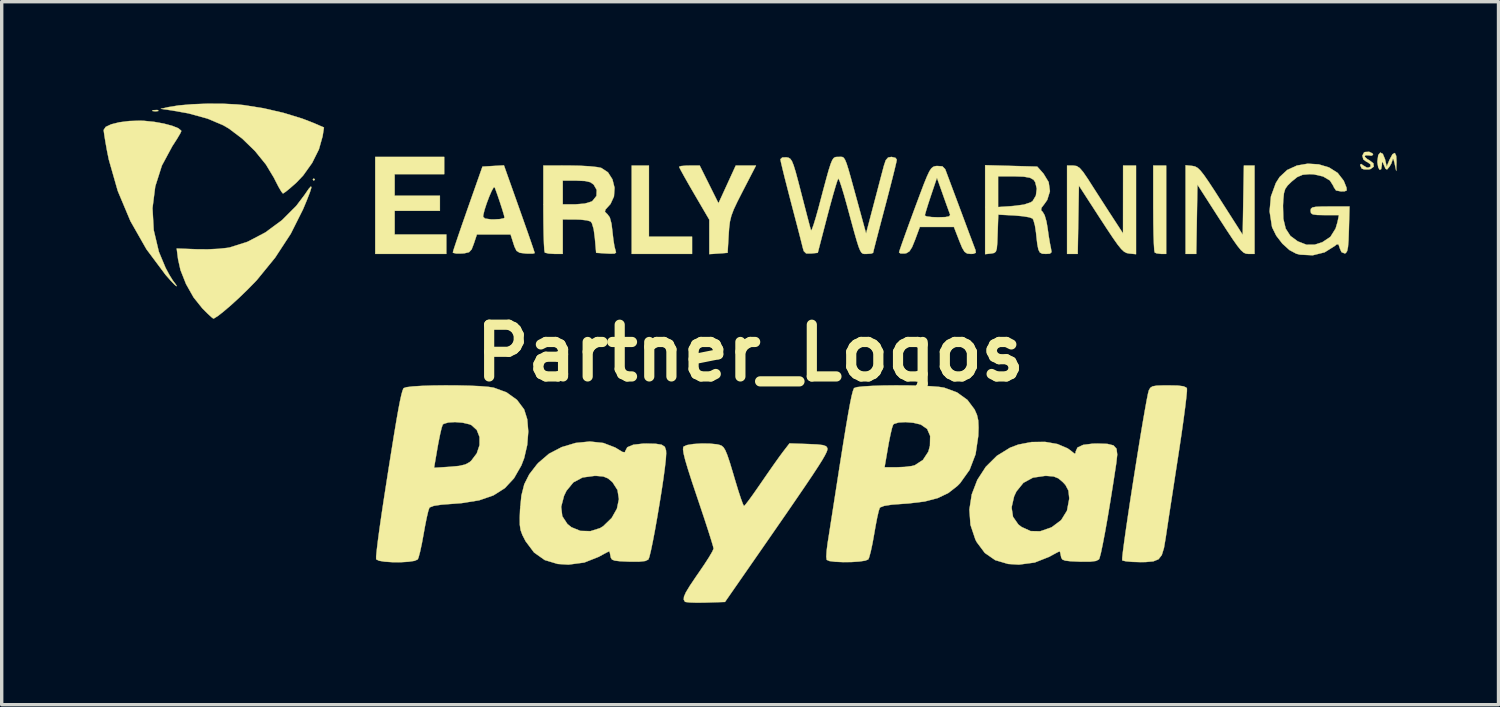
<source format=kicad_pcb>
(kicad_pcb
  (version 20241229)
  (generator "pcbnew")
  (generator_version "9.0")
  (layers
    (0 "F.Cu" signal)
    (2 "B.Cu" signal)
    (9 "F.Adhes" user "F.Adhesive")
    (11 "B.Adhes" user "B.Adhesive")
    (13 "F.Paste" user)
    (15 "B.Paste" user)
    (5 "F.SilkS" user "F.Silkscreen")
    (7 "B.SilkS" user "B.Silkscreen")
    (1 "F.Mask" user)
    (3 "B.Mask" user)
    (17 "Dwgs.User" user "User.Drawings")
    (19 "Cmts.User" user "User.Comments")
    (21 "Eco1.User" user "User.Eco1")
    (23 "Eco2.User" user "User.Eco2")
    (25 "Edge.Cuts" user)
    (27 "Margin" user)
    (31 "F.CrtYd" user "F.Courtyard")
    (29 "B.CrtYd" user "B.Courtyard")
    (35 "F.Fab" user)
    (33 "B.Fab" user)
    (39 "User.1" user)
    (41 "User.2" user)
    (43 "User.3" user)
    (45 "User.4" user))
  (footprint "Partner_Logos"
    (layer "F.Cu")
    (at 19.055 7.352)
    (property "Reference" "Partner_Logos" (at 0 0 0) (layer "F.SilkS") (effects (font (size 1.524 1.524) (thickness 0.3))))
    (attr through_hole)
    (fp_poly (pts (xy -12.827 -5.112) (xy -12.859 -5.08) (xy -12.89 -5.112) (xy -12.859 -5.144) (xy -12.827 -5.112)) (stroke (width 0.01) (type solid)) (fill yes) (layer "F.SilkS"))
    (fp_poly (pts (xy -17.447 -7.154) (xy -17.439 -7.131) (xy -17.526 -7.122) (xy -17.616 -7.132) (xy -17.605 -7.154) (xy -17.475 -7.162) (xy -17.447 -7.154)) (stroke (width 0.01) (type solid)) (fill yes) (layer "F.SilkS"))
    (fp_poly (pts (xy -2.985 -3.429) (xy -1.714 -3.429) (xy -1.714 -2.921) (xy -3.493 -2.921) (xy -3.493 -5.524) (xy -2.985 -5.524) (xy -2.985 -3.429)) (stroke (width 0.01) (type solid)) (fill yes) (layer "F.SilkS"))
    (fp_poly (pts (xy -9.017 -5.271) (xy -10.477 -5.271) (xy -10.477 -4.636) (xy -9.144 -4.636) (xy -9.144 -4.191) (xy -10.477 -4.191) (xy -10.477 -3.493) (xy -8.954 -3.493) (xy -8.954 -2.921) (xy -11.049 -2.921) (xy -11.049 -5.779) (xy -9.017 -5.779) (xy -9.017 -5.271)) (stroke (width 0.01) (type solid)) (fill yes) (layer "F.SilkS"))
    (fp_poly (pts (xy 12.255 -2.921) (xy 12.107 -2.921) (xy 11.974 -2.937) (xy 11.917 -2.963) (xy 11.904 -3.037) (xy 11.893 -3.218) (xy 11.883 -3.486) (xy 11.877 -3.821) (xy 11.875 -4.203) (xy 11.874 -4.265) (xy 11.874 -5.524) (xy 12.255 -5.524) (xy 12.255 -2.921)) (stroke (width 0.01) (type solid)) (fill yes) (layer "F.SilkS"))
    (fp_poly (pts (xy -0.936 -4.413) (xy -0.681 -4.969) (xy -0.427 -5.524) (xy 0.169 -5.524) (xy -0.217 -4.778) (xy -0.376 -4.466) (xy -0.486 -4.233) (xy -0.556 -4.047) (xy -0.598 -3.875) (xy -0.622 -3.684) (xy -0.635 -3.493) (xy -0.667 -2.953) (xy -1.206 -2.914) (xy -1.206 -3.929) (xy -1.651 -4.69) (xy -1.812 -4.968) (xy -1.947 -5.206) (xy -2.044 -5.383) (xy -2.092 -5.478) (xy -2.095 -5.488) (xy -2.039 -5.509) (xy -1.893 -5.522) (xy -1.792 -5.524) (xy -1.489 -5.524) (xy -0.936 -4.413)) (stroke (width 0.01) (type solid)) (fill yes) (layer "F.SilkS"))
    (fp_poly (pts (xy 13.027 -5.513) (xy 13.103 -5.498) (xy 13.176 -5.459) (xy 13.259 -5.382) (xy 13.363 -5.252) (xy 13.5 -5.055) (xy 13.684 -4.776) (xy 13.868 -4.488) (xy 14.51 -3.483) (xy 14.527 -4.504) (xy 14.545 -5.524) (xy 14.859 -5.524) (xy 14.859 -2.921) (xy 14.674 -2.921) (xy 14.604 -2.929) (xy 14.535 -2.961) (xy 14.456 -3.033) (xy 14.355 -3.158) (xy 14.219 -3.35) (xy 14.038 -3.623) (xy 13.832 -3.941) (xy 13.176 -4.962) (xy 13.159 -3.941) (xy 13.141 -2.921) (xy 12.827 -2.921) (xy 12.827 -5.533) (xy 13.027 -5.513)) (stroke (width 0.01) (type solid)) (fill yes) (layer "F.SilkS"))
    (fp_poly (pts (xy 9.615 -5.51) (xy 9.706 -5.453) (xy 9.81 -5.333) (xy 9.95 -5.127) (xy 9.99 -5.064) (xy 10.163 -4.793) (xy 10.37 -4.471) (xy 10.572 -4.157) (xy 10.633 -4.064) (xy 10.984 -3.524) (xy 10.985 -4.524) (xy 10.986 -5.524) (xy 11.367 -5.524) (xy 11.367 -2.913) (xy 11.166 -2.933) (xy 11.089 -2.948) (xy 11.015 -2.987) (xy 10.931 -3.065) (xy 10.826 -3.195) (xy 10.686 -3.394) (xy 10.499 -3.674) (xy 10.324 -3.943) (xy 9.684 -4.934) (xy 9.649 -2.921) (xy 9.335 -2.921) (xy 9.335 -5.524) (xy 9.516 -5.524) (xy 9.615 -5.51)) (stroke (width 0.01) (type solid)) (fill yes) (layer "F.SilkS"))
    (fp_poly (pts (xy 18.332 -5.883) (xy 18.352 -5.841) (xy 18.301 -5.814) (xy 18.224 -5.824) (xy 18.119 -5.828) (xy 18.107 -5.78) (xy 18.187 -5.709) (xy 18.24 -5.682) (xy 18.36 -5.591) (xy 18.371 -5.492) (xy 18.277 -5.422) (xy 18.222 -5.41) (xy 18.083 -5.412) (xy 18.016 -5.437) (xy 17.971 -5.538) (xy 17.971 -5.548) (xy 18.003 -5.571) (xy 18.047 -5.537) (xy 18.159 -5.469) (xy 18.205 -5.461) (xy 18.282 -5.494) (xy 18.271 -5.563) (xy 18.184 -5.626) (xy 18.161 -5.633) (xy 18.065 -5.704) (xy 18.036 -5.815) (xy 18.083 -5.907) (xy 18.113 -5.923) (xy 18.236 -5.929) (xy 18.332 -5.883)) (stroke (width 0.01) (type solid)) (fill yes) (layer "F.SilkS"))
    (fp_poly (pts (xy 18.638 -5.868) (xy 18.703 -5.711) (xy 18.706 -5.699) (xy 18.752 -5.493) (xy 18.838 -5.699) (xy 18.924 -5.859) (xy 18.992 -5.894) (xy 19.033 -5.808) (xy 19.042 -5.636) (xy 19.033 -5.366) (xy 18.986 -5.588) (xy 18.955 -5.706) (xy 18.934 -5.727) (xy 18.931 -5.711) (xy 18.888 -5.583) (xy 18.832 -5.489) (xy 18.763 -5.408) (xy 18.719 -5.43) (xy 18.677 -5.524) (xy 18.631 -5.632) (xy 18.614 -5.624) (xy 18.61 -5.54) (xy 18.588 -5.417) (xy 18.547 -5.398) (xy 18.504 -5.468) (xy 18.48 -5.61) (xy 18.479 -5.652) (xy 18.504 -5.833) (xy 18.564 -5.907) (xy 18.638 -5.868)) (stroke (width 0.01) (type solid)) (fill yes) (layer "F.SilkS"))
    (fp_poly (pts (xy -15.549 -7.346) (xy -15.125 -7.325) (xy -14.929 -7.306) (xy -14.348 -7.214) (xy -13.754 -7.077) (xy -13.199 -6.907) (xy -12.873 -6.781) (xy -12.56 -6.646) (xy -12.6 -6.387) (xy -12.709 -6.001) (xy -12.908 -5.602) (xy -13.173 -5.231) (xy -13.373 -5.021) (xy -13.548 -4.867) (xy -13.687 -4.753) (xy -13.764 -4.702) (xy -13.769 -4.701) (xy -13.814 -4.755) (xy -13.897 -4.896) (xy -14.001 -5.098) (xy -14.032 -5.161) (xy -14.27 -5.556) (xy -14.593 -5.954) (xy -14.968 -6.318) (xy -15.359 -6.613) (xy -15.526 -6.711) (xy -15.992 -6.908) (xy -16.557 -7.063) (xy -17.05 -7.15) (xy -17.367 -7.195) (xy -17.145 -7.246) (xy -16.838 -7.296) (xy -16.444 -7.33) (xy -16.001 -7.347) (xy -15.549 -7.346)) (stroke (width 0.01) (type solid)) (fill yes) (layer "F.SilkS"))
    (fp_poly (pts (xy -12.931 -4.876) (xy -12.974 -4.736) (xy -13.072 -4.485) (xy -13.176 -4.236) (xy -13.538 -3.515) (xy -13.999 -2.81) (xy -14.532 -2.157) (xy -14.584 -2.101) (xy -14.808 -1.872) (xy -15.049 -1.639) (xy -15.288 -1.42) (xy -15.506 -1.233) (xy -15.682 -1.094) (xy -15.797 -1.022) (xy -15.82 -1.016) (xy -15.875 -1.058) (xy -15.993 -1.167) (xy -16.144 -1.318) (xy -16.402 -1.641) (xy -16.624 -2.034) (xy -16.787 -2.445) (xy -16.858 -2.762) (xy -16.899 -3.08) (xy -16.298 -3.058) (xy -15.983 -3.056) (xy -15.668 -3.071) (xy -15.407 -3.099) (xy -15.341 -3.11) (xy -14.812 -3.278) (xy -14.289 -3.552) (xy -13.8 -3.912) (xy -13.374 -4.338) (xy -13.126 -4.667) (xy -13.008 -4.839) (xy -12.942 -4.91) (xy -12.931 -4.876)) (stroke (width 0.01) (type solid)) (fill yes) (layer "F.SilkS"))
    (fp_poly (pts (xy -17.852 -6.841) (xy -17.558 -6.811) (xy -17.276 -6.76) (xy -17.032 -6.695) (xy -16.853 -6.624) (xy -16.768 -6.554) (xy -16.764 -6.538) (xy -16.797 -6.466) (xy -16.884 -6.319) (xy -17.007 -6.127) (xy -17.026 -6.099) (xy -17.335 -5.525) (xy -17.531 -4.909) (xy -17.612 -4.27) (xy -17.576 -3.622) (xy -17.425 -2.985) (xy -17.227 -2.511) (xy -17.12 -2.311) (xy -17.018 -2.145) (xy -16.969 -2.08) (xy -16.907 -1.995) (xy -16.905 -1.968) (xy -16.96 -2.013) (xy -17.073 -2.131) (xy -17.219 -2.296) (xy -17.229 -2.308) (xy -17.79 -3.059) (xy -18.262 -3.888) (xy -18.635 -4.776) (xy -18.899 -5.7) (xy -18.952 -5.96) (xy -18.997 -6.213) (xy -19.031 -6.423) (xy -19.049 -6.554) (xy -19.05 -6.574) (xy -18.991 -6.663) (xy -18.829 -6.739) (xy -18.589 -6.799) (xy -18.296 -6.836) (xy -17.973 -6.846) (xy -17.852 -6.841)) (stroke (width 0.01) (type solid)) (fill yes) (layer "F.SilkS"))
    (fp_poly (pts (xy 12.593 0.958) (xy 12.762 0.979) (xy 12.848 1.017) (xy 12.867 1.045) (xy 12.866 1.129) (xy 12.847 1.322) (xy 12.813 1.609) (xy 12.765 1.972) (xy 12.705 2.396) (xy 12.635 2.865) (xy 12.605 3.061) (xy 12.527 3.565) (xy 12.453 4.05) (xy 12.384 4.495) (xy 12.325 4.881) (xy 12.279 5.187) (xy 12.248 5.394) (xy 12.243 5.429) (xy 12.19 5.743) (xy 12.126 5.951) (xy 12.03 6.075) (xy 11.879 6.137) (xy 11.651 6.158) (xy 11.496 6.16) (xy 11.256 6.153) (xy 11.069 6.136) (xy 10.968 6.112) (xy 10.96 6.105) (xy 10.961 6.032) (xy 10.981 5.849) (xy 11.017 5.575) (xy 11.066 5.224) (xy 11.126 4.815) (xy 11.194 4.362) (xy 11.268 3.884) (xy 11.345 3.396) (xy 11.422 2.914) (xy 11.496 2.456) (xy 11.566 2.038) (xy 11.629 1.676) (xy 11.681 1.388) (xy 11.721 1.188) (xy 11.746 1.095) (xy 11.788 1.024) (xy 11.855 0.981) (xy 11.978 0.96) (xy 12.186 0.953) (xy 12.32 0.953) (xy 12.593 0.958)) (stroke (width 0.01) (type solid)) (fill yes) (layer "F.SilkS"))
    (fp_poly (pts (xy -6.804 -4.254) (xy -6.67 -3.875) (xy -6.551 -3.538) (xy -6.455 -3.261) (xy -6.387 -3.061) (xy -6.353 -2.956) (xy -6.35 -2.946) (xy -6.406 -2.93) (xy -6.548 -2.929) (xy -6.62 -2.933) (xy -6.79 -2.954) (xy -6.885 -3.01) (xy -6.947 -3.136) (xy -6.975 -3.223) (xy -7.061 -3.493) (xy -8.054 -3.493) (xy -8.144 -3.223) (xy -8.209 -3.054) (xy -8.285 -2.972) (xy -8.417 -2.94) (xy -8.498 -2.933) (xy -8.661 -2.932) (xy -8.754 -2.953) (xy -8.762 -2.965) (xy -8.742 -3.038) (xy -8.685 -3.212) (xy -8.599 -3.468) (xy -8.489 -3.788) (xy -8.409 -4.016) (xy -7.871 -4.016) (xy -7.814 -3.962) (xy -7.637 -3.938) (xy -7.556 -3.937) (xy -7.375 -3.947) (xy -7.26 -3.971) (xy -7.239 -3.991) (xy -7.258 -4.071) (xy -7.307 -4.235) (xy -7.374 -4.442) (xy -7.447 -4.657) (xy -7.514 -4.842) (xy -7.532 -4.889) (xy -7.564 -4.874) (xy -7.622 -4.769) (xy -7.693 -4.605) (xy -7.765 -4.413) (xy -7.827 -4.224) (xy -7.865 -4.07) (xy -7.871 -4.016) (xy -8.409 -4.016) (xy -8.361 -4.154) (xy -8.326 -4.255) (xy -7.89 -5.493) (xy -7.574 -5.512) (xy -7.257 -5.53) (xy -6.804 -4.254)) (stroke (width 0.01) (type solid)) (fill yes) (layer "F.SilkS"))
    (fp_poly (pts (xy 7.689 -5.514) (xy 8.456 -5.493) (xy 8.641 -5.285) (xy 8.793 -5.035) (xy 8.83 -4.768) (xy 8.751 -4.512) (xy 8.675 -4.403) (xy 8.581 -4.279) (xy 8.57 -4.206) (xy 8.616 -4.159) (xy 8.674 -4.061) (xy 8.728 -3.874) (xy 8.761 -3.681) (xy 8.796 -3.435) (xy 8.833 -3.217) (xy 8.858 -3.096) (xy 8.878 -2.974) (xy 8.829 -2.928) (xy 8.708 -2.921) (xy 8.604 -2.927) (xy 8.535 -2.962) (xy 8.49 -3.049) (xy 8.458 -3.209) (xy 8.428 -3.468) (xy 8.42 -3.551) (xy 8.389 -3.756) (xy 8.346 -3.911) (xy 8.318 -3.963) (xy 8.225 -3.999) (xy 8.043 -4.03) (xy 7.808 -4.052) (xy 7.779 -4.054) (xy 7.308 -4.078) (xy 7.289 -3.515) (xy 7.279 -3.247) (xy 7.265 -3.081) (xy 7.237 -2.99) (xy 7.189 -2.95) (xy 7.11 -2.934) (xy 7.096 -2.933) (xy 6.921 -2.913) (xy 6.921 -5.207) (xy 7.303 -5.207) (xy 7.303 -4.301) (xy 7.749 -4.333) (xy 8.064 -4.373) (xy 8.265 -4.44) (xy 8.32 -4.478) (xy 8.416 -4.638) (xy 8.443 -4.843) (xy 8.397 -5.034) (xy 8.346 -5.107) (xy 8.242 -5.165) (xy 8.06 -5.197) (xy 7.777 -5.207) (xy 7.303 -5.207) (xy 6.921 -5.207) (xy 6.921 -5.535) (xy 7.689 -5.514)) (stroke (width 0.01) (type solid)) (fill yes) (layer "F.SilkS"))
    (fp_poly (pts (xy -5.026 -5.519) (xy -4.737 -5.503) (xy -4.51 -5.479) (xy -4.389 -5.454) (xy -4.192 -5.324) (xy -4.06 -5.117) (xy -3.998 -4.869) (xy -4.015 -4.615) (xy -4.117 -4.392) (xy -4.163 -4.341) (xy -4.265 -4.229) (xy -4.282 -4.164) (xy -4.222 -4.103) (xy -4.211 -4.095) (xy -4.138 -3.996) (xy -4.088 -3.81) (xy -4.06 -3.578) (xy -4.033 -3.34) (xy -4.001 -3.14) (xy -3.971 -3.028) (xy -3.954 -2.961) (xy -3.998 -2.93) (xy -4.131 -2.928) (xy -4.23 -2.933) (xy -4.54 -2.953) (xy -4.578 -3.387) (xy -4.613 -3.653) (xy -4.665 -3.825) (xy -4.705 -3.878) (xy -4.815 -3.91) (xy -5.004 -3.931) (xy -5.159 -3.936) (xy -5.524 -3.937) (xy -5.524 -2.921) (xy -5.768 -2.921) (xy -5.936 -2.931) (xy -6.043 -2.956) (xy -6.054 -2.963) (xy -6.067 -3.037) (xy -6.078 -3.218) (xy -6.087 -3.486) (xy -6.093 -3.821) (xy -6.096 -4.203) (xy -6.096 -4.265) (xy -6.096 -5.08) (xy -5.524 -5.08) (xy -5.524 -4.381) (xy -5.158 -4.381) (xy -4.878 -4.403) (xy -4.68 -4.462) (xy -4.65 -4.48) (xy -4.531 -4.629) (xy -4.524 -4.808) (xy -4.614 -4.964) (xy -4.711 -5.033) (xy -4.867 -5.069) (xy -5.113 -5.08) (xy -5.122 -5.08) (xy -5.524 -5.08) (xy -6.096 -5.08) (xy -6.096 -5.524) (xy -5.343 -5.525) (xy -5.026 -5.519)) (stroke (width 0.01) (type solid)) (fill yes) (layer "F.SilkS"))
    (fp_poly (pts (xy 5.662 -5.501) (xy 5.742 -5.42) (xy 5.744 -5.417) (xy 5.78 -5.322) (xy 5.852 -5.13) (xy 5.952 -4.862) (xy 6.073 -4.539) (xy 6.191 -4.223) (xy 6.323 -3.869) (xy 6.441 -3.552) (xy 6.539 -3.292) (xy 6.607 -3.11) (xy 6.637 -3.032) (xy 6.646 -2.953) (xy 6.566 -2.923) (xy 6.495 -2.921) (xy 6.391 -2.932) (xy 6.315 -2.983) (xy 6.245 -3.099) (xy 6.158 -3.309) (xy 6.155 -3.318) (xy 6.001 -3.715) (xy 4.997 -3.715) (xy 4.856 -3.334) (xy 4.768 -3.119) (xy 4.691 -2.998) (xy 4.604 -2.944) (xy 4.548 -2.933) (xy 4.426 -2.935) (xy 4.384 -2.964) (xy 4.406 -3.037) (xy 4.465 -3.21) (xy 4.556 -3.465) (xy 4.671 -3.784) (xy 4.769 -4.051) (xy 5.144 -4.051) (xy 5.201 -4.025) (xy 5.352 -4.006) (xy 5.531 -4) (xy 5.747 -4.006) (xy 5.859 -4.027) (xy 5.89 -4.069) (xy 5.884 -4.092) (xy 5.847 -4.193) (xy 5.78 -4.378) (xy 5.697 -4.611) (xy 5.675 -4.674) (xy 5.501 -5.164) (xy 5.322 -4.633) (xy 5.242 -4.389) (xy 5.181 -4.192) (xy 5.147 -4.071) (xy 5.144 -4.051) (xy 4.769 -4.051) (xy 4.805 -4.149) (xy 4.844 -4.255) (xy 4.998 -4.668) (xy 5.115 -4.978) (xy 5.205 -5.199) (xy 5.274 -5.347) (xy 5.332 -5.437) (xy 5.386 -5.484) (xy 5.444 -5.505) (xy 5.501 -5.512) (xy 5.662 -5.501)) (stroke (width 0.01) (type solid)) (fill yes) (layer "F.SilkS"))
    (fp_poly (pts (xy 16.751 -5.559) (xy 17.054 -5.468) (xy 17.308 -5.307) (xy 17.484 -5.079) (xy 17.501 -5.041) (xy 17.568 -4.873) (xy 17.574 -4.791) (xy 17.511 -4.765) (xy 17.406 -4.763) (xy 17.26 -4.79) (xy 17.19 -4.894) (xy 17.183 -4.92) (xy 17.08 -5.084) (xy 16.879 -5.203) (xy 16.606 -5.265) (xy 16.48 -5.271) (xy 16.276 -5.253) (xy 16.116 -5.185) (xy 15.954 -5.054) (xy 15.835 -4.938) (xy 15.763 -4.837) (xy 15.725 -4.71) (xy 15.706 -4.521) (xy 15.697 -4.339) (xy 15.707 -3.955) (xy 15.777 -3.665) (xy 15.915 -3.451) (xy 16.131 -3.292) (xy 16.133 -3.291) (xy 16.388 -3.192) (xy 16.631 -3.193) (xy 16.856 -3.265) (xy 17.094 -3.423) (xy 17.248 -3.67) (xy 17.303 -3.858) (xy 17.346 -4.064) (xy 16.928 -4.064) (xy 16.703 -4.068) (xy 16.577 -4.085) (xy 16.522 -4.124) (xy 16.51 -4.191) (xy 16.52 -4.251) (xy 16.564 -4.289) (xy 16.668 -4.309) (xy 16.855 -4.317) (xy 17.084 -4.318) (xy 17.657 -4.318) (xy 17.639 -3.636) (xy 17.628 -3.327) (xy 17.612 -3.124) (xy 17.587 -3.005) (xy 17.55 -2.948) (xy 17.518 -2.934) (xy 17.421 -2.973) (xy 17.372 -3.084) (xy 17.334 -3.198) (xy 17.282 -3.204) (xy 17.219 -3.153) (xy 16.924 -2.968) (xy 16.574 -2.881) (xy 16.201 -2.899) (xy 16.089 -2.927) (xy 15.887 -3.035) (xy 15.678 -3.225) (xy 15.498 -3.459) (xy 15.38 -3.698) (xy 15.372 -3.726) (xy 15.302 -4.177) (xy 15.342 -4.614) (xy 15.487 -5.011) (xy 15.597 -5.185) (xy 15.821 -5.394) (xy 16.107 -5.524) (xy 16.426 -5.579) (xy 16.751 -5.559)) (stroke (width 0.01) (type solid)) (fill yes) (layer "F.SilkS"))
    (fp_poly (pts (xy 1.705 2.681) (xy 1.976 2.693) (xy 2.144 2.713) (xy 2.235 2.746) (xy 2.271 2.797) (xy 2.274 2.809) (xy 2.272 2.852) (xy 2.249 2.918) (xy 2.2 3.016) (xy 2.12 3.155) (xy 2.002 3.342) (xy 1.843 3.585) (xy 1.635 3.894) (xy 1.375 4.275) (xy 1.057 4.738) (xy 0.674 5.291) (xy 0.358 5.747) (xy -0.744 7.334) (xy -1.312 7.352) (xy -1.569 7.356) (xy -1.776 7.349) (xy -1.902 7.335) (xy -1.924 7.326) (xy -1.959 7.266) (xy -1.952 7.179) (xy -1.896 7.05) (xy -1.781 6.86) (xy -1.601 6.592) (xy -1.524 6.481) (xy -1.352 6.229) (xy -1.211 6.01) (xy -1.116 5.847) (xy -1.08 5.763) (xy -1.079 5.762) (xy -1.099 5.68) (xy -1.154 5.496) (xy -1.239 5.228) (xy -1.348 4.893) (xy -1.476 4.509) (xy -1.559 4.262) (xy -1.717 3.791) (xy -1.834 3.426) (xy -1.915 3.154) (xy -1.962 2.963) (xy -1.98 2.839) (xy -1.972 2.77) (xy -1.964 2.757) (xy -1.865 2.712) (xy -1.679 2.681) (xy -1.444 2.666) (xy -1.2 2.668) (xy -0.985 2.689) (xy -0.913 2.705) (xy -0.845 2.73) (xy -0.789 2.777) (xy -0.735 2.863) (xy -0.675 3.007) (xy -0.601 3.227) (xy -0.506 3.541) (xy -0.441 3.762) (xy -0.354 4.048) (xy -0.277 4.283) (xy -0.218 4.444) (xy -0.185 4.508) (xy -0.184 4.508) (xy -0.136 4.459) (xy -0.032 4.324) (xy 0.113 4.122) (xy 0.286 3.874) (xy 0.319 3.826) (xy 0.514 3.543) (xy 0.701 3.275) (xy 0.86 3.052) (xy 0.97 2.904) (xy 0.971 2.903) (xy 1.157 2.662) (xy 1.705 2.681)) (stroke (width 0.01) (type solid)) (fill yes) (layer "F.SilkS"))
    (fp_poly (pts (xy 9.051 2.681) (xy 9.352 2.809) (xy 9.466 2.893) (xy 9.555 2.965) (xy 9.586 2.948) (xy 9.588 2.901) (xy 9.643 2.783) (xy 9.809 2.706) (xy 10.09 2.67) (xy 10.239 2.667) (xy 10.524 2.677) (xy 10.702 2.721) (xy 10.792 2.819) (xy 10.813 2.99) (xy 10.786 3.239) (xy 10.697 3.822) (xy 10.61 4.368) (xy 10.528 4.861) (xy 10.452 5.288) (xy 10.385 5.637) (xy 10.331 5.894) (xy 10.29 6.046) (xy 10.274 6.08) (xy 10.188 6.125) (xy 10.014 6.147) (xy 9.735 6.148) (xy 9.69 6.146) (xy 9.435 6.134) (xy 9.28 6.116) (xy 9.198 6.084) (xy 9.164 6.029) (xy 9.155 5.985) (xy 9.132 5.873) (xy 9.116 5.842) (xy 9.054 5.87) (xy 8.918 5.943) (xy 8.807 6.004) (xy 8.382 6.172) (xy 7.916 6.234) (xy 7.598 6.214) (xy 7.218 6.102) (xy 6.911 5.889) (xy 6.673 5.57) (xy 6.633 5.493) (xy 6.489 5.062) (xy 6.457 4.612) (xy 6.467 4.549) (xy 7.7 4.549) (xy 7.742 4.825) (xy 7.898 5.05) (xy 7.995 5.125) (xy 8.26 5.246) (xy 8.541 5.252) (xy 8.856 5.143) (xy 8.888 5.128) (xy 9.161 4.923) (xy 9.333 4.644) (xy 9.398 4.3) (xy 9.398 4.266) (xy 9.375 4.052) (xy 9.289 3.889) (xy 9.212 3.805) (xy 9.079 3.692) (xy 8.939 3.636) (xy 8.739 3.62) (xy 8.687 3.619) (xy 8.33 3.671) (xy 8.048 3.824) (xy 7.841 4.08) (xy 7.774 4.225) (xy 7.7 4.549) (xy 6.467 4.549) (xy 6.527 4.164) (xy 6.691 3.737) (xy 6.94 3.353) (xy 7.265 3.03) (xy 7.655 2.789) (xy 7.896 2.698) (xy 8.29 2.622) (xy 8.687 2.618) (xy 9.051 2.681)) (stroke (width 0.01) (type solid)) (fill yes) (layer "F.SilkS"))
    (fp_poly (pts (xy -8.622 0.954) (xy -8.271 0.962) (xy -7.957 0.976) (xy -7.705 0.997) (xy -7.556 1.021) (xy -7.18 1.159) (xy -6.873 1.38) (xy -6.661 1.663) (xy -6.57 1.953) (xy -6.54 2.314) (xy -6.571 2.707) (xy -6.66 3.093) (xy -6.744 3.312) (xy -6.96 3.689) (xy -7.23 3.98) (xy -7.567 4.194) (xy -7.987 4.339) (xy -8.503 4.422) (xy -8.748 4.441) (xy -9.093 4.467) (xy -9.321 4.501) (xy -9.439 4.546) (xy -9.456 4.564) (xy -9.488 4.66) (xy -9.533 4.851) (xy -9.584 5.107) (xy -9.623 5.326) (xy -9.675 5.61) (xy -9.727 5.851) (xy -9.772 6.02) (xy -9.797 6.08) (xy -9.889 6.122) (xy -10.068 6.149) (xy -10.297 6.163) (xy -10.542 6.162) (xy -10.768 6.147) (xy -10.939 6.119) (xy -11.021 6.077) (xy -11.022 6.074) (xy -11.022 5.99) (xy -11.003 5.799) (xy -10.969 5.517) (xy -10.921 5.161) (xy -10.862 4.75) (xy -10.796 4.312) (xy -10.68 3.565) (xy -10.651 3.381) (xy -9.316 3.381) (xy -8.847 3.351) (xy -8.579 3.326) (xy -8.401 3.285) (xy -8.274 3.218) (xy -8.221 3.173) (xy -8.057 2.956) (xy -7.976 2.713) (xy -7.976 2.473) (xy -8.057 2.267) (xy -8.215 2.123) (xy -8.27 2.1) (xy -8.474 2.052) (xy -8.698 2.034) (xy -8.898 2.046) (xy -9.034 2.087) (xy -9.061 2.111) (xy -9.094 2.206) (xy -9.138 2.394) (xy -9.188 2.642) (xy -9.214 2.786) (xy -9.316 3.381) (xy -10.651 3.381) (xy -10.58 2.934) (xy -10.496 2.412) (xy -10.425 1.988) (xy -10.366 1.654) (xy -10.317 1.401) (xy -10.277 1.221) (xy -10.244 1.104) (xy -10.217 1.041) (xy -10.212 1.034) (xy -10.127 1.006) (xy -9.938 0.983) (xy -9.67 0.967) (xy -9.346 0.956) (xy -8.989 0.952) (xy -8.622 0.954)) (stroke (width 0.01) (type solid)) (fill yes) (layer "F.SilkS"))
    (fp_poly (pts (xy -4.328 2.65) (xy -3.979 2.784) (xy -3.909 2.827) (xy -3.762 2.915) (xy -3.694 2.923) (xy -3.683 2.89) (xy -3.623 2.776) (xy -3.446 2.702) (xy -3.157 2.669) (xy -3.057 2.667) (xy -2.782 2.674) (xy -2.609 2.702) (xy -2.517 2.763) (xy -2.481 2.87) (xy -2.477 2.96) (xy -2.487 3.127) (xy -2.516 3.382) (xy -2.559 3.704) (xy -2.614 4.071) (xy -2.677 4.462) (xy -2.743 4.854) (xy -2.809 5.227) (xy -2.872 5.558) (xy -2.928 5.826) (xy -2.973 6.009) (xy -3.002 6.083) (xy -3.092 6.127) (xy -3.279 6.148) (xy -3.577 6.146) (xy -3.582 6.146) (xy -3.837 6.134) (xy -3.992 6.116) (xy -4.073 6.084) (xy -4.107 6.029) (xy -4.116 5.985) (xy -4.139 5.873) (xy -4.156 5.842) (xy -4.217 5.87) (xy -4.354 5.943) (xy -4.465 6.004) (xy -4.889 6.172) (xy -5.356 6.234) (xy -5.673 6.214) (xy -6.055 6.099) (xy -6.369 5.877) (xy -6.618 5.546) (xy -6.628 5.527) (xy -6.714 5.359) (xy -6.766 5.217) (xy -6.789 5.061) (xy -6.791 4.851) (xy -6.782 4.613) (xy -6.774 4.531) (xy -5.571 4.531) (xy -5.538 4.807) (xy -5.388 5.036) (xy -5.271 5.131) (xy -5.005 5.24) (xy -4.708 5.248) (xy -4.423 5.158) (xy -4.327 5.097) (xy -4.082 4.859) (xy -3.928 4.586) (xy -3.869 4.304) (xy -3.911 4.036) (xy -4.058 3.806) (xy -4.059 3.805) (xy -4.191 3.693) (xy -4.329 3.637) (xy -4.525 3.62) (xy -4.589 3.619) (xy -4.94 3.666) (xy -5.211 3.81) (xy -5.415 4.059) (xy -5.487 4.208) (xy -5.571 4.531) (xy -6.774 4.531) (xy -6.742 4.199) (xy -6.658 3.867) (xy -6.512 3.576) (xy -6.288 3.285) (xy -6.246 3.238) (xy -5.933 2.969) (xy -5.556 2.772) (xy -5.145 2.649) (xy -4.726 2.607) (xy -4.328 2.65)) (stroke (width 0.01) (type solid)) (fill yes) (layer "F.SilkS"))
    (fp_poly (pts (xy 4.648 0.954) (xy 4.999 0.962) (xy 5.312 0.977) (xy 5.564 0.997) (xy 5.715 1.021) (xy 6.091 1.159) (xy 6.398 1.38) (xy 6.61 1.663) (xy 6.681 1.824) (xy 6.718 1.988) (xy 6.727 2.197) (xy 6.719 2.441) (xy 6.639 2.981) (xy 6.462 3.444) (xy 6.183 3.834) (xy 6.105 3.914) (xy 5.839 4.122) (xy 5.525 4.273) (xy 5.14 4.374) (xy 4.661 4.432) (xy 4.524 4.441) (xy 4.174 4.467) (xy 3.945 4.503) (xy 3.829 4.548) (xy 3.816 4.562) (xy 3.784 4.658) (xy 3.74 4.849) (xy 3.691 5.105) (xy 3.653 5.324) (xy 3.602 5.609) (xy 3.55 5.851) (xy 3.504 6.019) (xy 3.478 6.08) (xy 3.387 6.117) (xy 3.209 6.143) (xy 2.978 6.158) (xy 2.732 6.16) (xy 2.504 6.15) (xy 2.333 6.128) (xy 2.253 6.093) (xy 2.241 6.001) (xy 2.252 5.823) (xy 2.28 5.601) (xy 2.312 5.402) (xy 2.358 5.105) (xy 2.415 4.74) (xy 2.478 4.336) (xy 2.54 3.937) (xy 2.629 3.365) (xy 3.958 3.365) (xy 4.324 3.365) (xy 4.557 3.355) (xy 4.759 3.329) (xy 4.848 3.306) (xy 5.088 3.15) (xy 5.247 2.907) (xy 5.295 2.731) (xy 5.301 2.442) (xy 5.212 2.235) (xy 5.026 2.108) (xy 5.012 2.103) (xy 4.803 2.054) (xy 4.577 2.035) (xy 4.375 2.046) (xy 4.238 2.087) (xy 4.211 2.111) (xy 4.178 2.206) (xy 4.133 2.394) (xy 4.083 2.641) (xy 4.059 2.778) (xy 3.958 3.365) (xy 2.629 3.365) (xy 2.65 3.23) (xy 2.744 2.639) (xy 2.823 2.156) (xy 2.889 1.772) (xy 2.943 1.478) (xy 2.987 1.265) (xy 3.023 1.125) (xy 3.052 1.047) (xy 3.061 1.032) (xy 3.146 1.004) (xy 3.334 0.983) (xy 3.602 0.967) (xy 3.925 0.956) (xy 4.282 0.952) (xy 4.648 0.954)) (stroke (width 0.01) (type solid)) (fill yes) (layer "F.SilkS"))
    (fp_poly (pts (xy 2.714 -5.777) (xy 2.755 -5.753) (xy 2.794 -5.693) (xy 2.839 -5.584) (xy 2.894 -5.41) (xy 2.966 -5.156) (xy 3.062 -4.807) (xy 3.17 -4.413) (xy 3.413 -3.524) (xy 3.488 -3.81) (xy 3.539 -4.004) (xy 3.61 -4.273) (xy 3.688 -4.569) (xy 3.714 -4.667) (xy 3.79 -4.958) (xy 3.863 -5.236) (xy 3.921 -5.454) (xy 3.935 -5.509) (xy 3.992 -5.681) (xy 4.062 -5.761) (xy 4.162 -5.779) (xy 4.28 -5.751) (xy 4.318 -5.698) (xy 4.302 -5.615) (xy 4.258 -5.428) (xy 4.191 -5.158) (xy 4.105 -4.822) (xy 4.006 -4.44) (xy 3.969 -4.301) (xy 3.866 -3.911) (xy 3.775 -3.564) (xy 3.701 -3.279) (xy 3.648 -3.073) (xy 3.622 -2.964) (xy 3.619 -2.952) (xy 3.564 -2.93) (xy 3.434 -2.921) (xy 3.372 -2.92) (xy 3.323 -2.926) (xy 3.28 -2.955) (xy 3.239 -3.02) (xy 3.192 -3.135) (xy 3.135 -3.317) (xy 3.06 -3.578) (xy 2.963 -3.933) (xy 2.846 -4.365) (xy 2.764 -4.658) (xy 2.69 -4.901) (xy 2.633 -5.07) (xy 2.599 -5.142) (xy 2.597 -5.143) (xy 2.569 -5.085) (xy 2.517 -4.923) (xy 2.445 -4.677) (xy 2.359 -4.367) (xy 2.274 -4.048) (xy 1.99 -2.953) (xy 1.791 -2.933) (xy 1.647 -2.935) (xy 1.578 -3.002) (xy 1.551 -3.092) (xy 1.522 -3.208) (xy 1.467 -3.425) (xy 1.391 -3.719) (xy 1.3 -4.067) (xy 1.2 -4.448) (xy 1.199 -4.452) (xy 1.103 -4.824) (xy 1.018 -5.156) (xy 0.951 -5.428) (xy 0.906 -5.619) (xy 0.889 -5.709) (xy 0.889 -5.711) (xy 0.944 -5.762) (xy 1.063 -5.767) (xy 1.128 -5.755) (xy 1.18 -5.723) (xy 1.228 -5.655) (xy 1.278 -5.532) (xy 1.338 -5.337) (xy 1.415 -5.051) (xy 1.501 -4.718) (xy 1.591 -4.37) (xy 1.67 -4.064) (xy 1.734 -3.82) (xy 1.777 -3.661) (xy 1.791 -3.612) (xy 1.815 -3.641) (xy 1.864 -3.772) (xy 1.93 -3.986) (xy 2.008 -4.263) (xy 2.024 -4.324) (xy 2.145 -4.783) (xy 2.239 -5.133) (xy 2.311 -5.39) (xy 2.368 -5.568) (xy 2.415 -5.682) (xy 2.458 -5.745) (xy 2.503 -5.772) (xy 2.555 -5.779) (xy 2.605 -5.779) (xy 2.667 -5.781) (xy 2.714 -5.777)) (stroke (width 0.01) (type solid)) (fill yes) (layer "F.SilkS")))
  (gr_rect
    (start -3 -3)
    (end 41.102 17.713)
    (stroke (width 0.1) (type default))
    (fill no)
    (layer "Edge.Cuts")))
</source>
